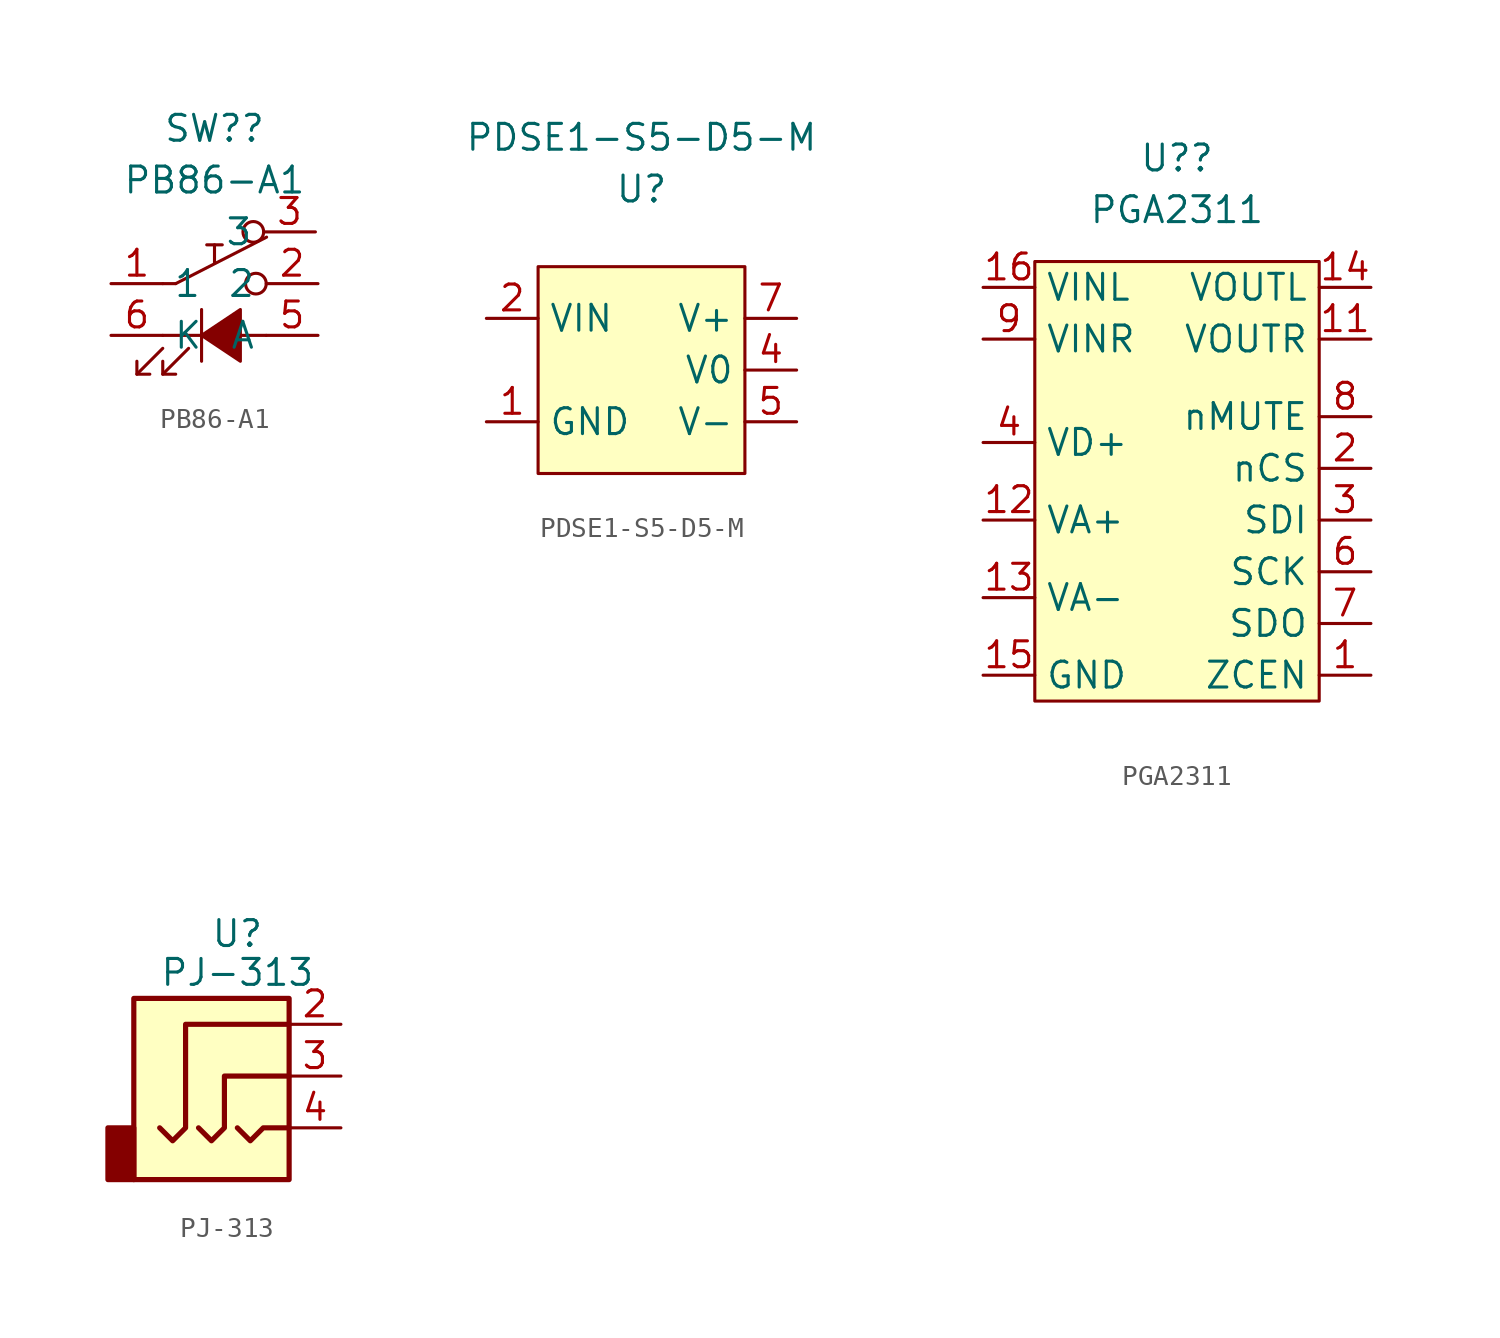
<source format=kicad_sym>
(kicad_symbol_lib
  (version 20211014)
  (generator kicad_symbol_editor)
  (symbol "PB86-A1"
    (property "Reference" "SW?"
      (at 0 8.89 0)
      (effects (font (size 1.27 1.27))))
    (property "Value" "PB86-A1"
      (at 0 6.35 0)
      (effects (font (size 1.27 1.27))))
    (symbol "PB86-A1_0_0"
      (polyline (pts (xy -3.81 -3.175) (xy -2.54 -1.905)) (stroke (width 0) (type default) (color 0 0 0 0)) (fill (type none)))
      (polyline (pts (xy -2.54 -3.175) (xy -1.27 -1.905)) (stroke (width 0) (type default) (color 0 0 0 0)) (fill (type none)))
      (polyline (pts (xy -2.54 -1.27) (xy 2.54 -1.27)) (stroke (width 0) (type default) (color 0 0 0 0)) (fill (type none)))
      (polyline (pts (xy -0.635 0) (xy -0.635 -2.54)) (stroke (width 0) (type default) (color 0 0 0 0)) (fill (type none)))
      (polyline (pts (xy -3.81 -2.54) (xy -3.81 -3.175) (xy -3.175 -3.175)) (stroke (width 0) (type default) (color 0 0 0 0)) (fill (type none)))
      (polyline (pts (xy -2.54 -2.54) (xy -2.54 -3.175) (xy -1.905 -3.175)) (stroke (width 0) (type default) (color 0 0 0 0)) (fill (type none)))
      (polyline (pts (xy -0.635 -1.27) (xy 1.27 0) (xy 1.27 -2.54) (xy -0.635 -1.27)) (stroke (width 0) (type default) (color 0 0 0 0)) (fill (type outline))))
    (symbol "PB86-A1_0_1"
      (polyline (pts (xy -1.905 1.27) (xy -2.54 1.27)) (stroke (width 0) (type default) (color 0 0 0 0)) (fill (type none)))
      (polyline (pts (xy -1.905 1.27) (xy 2.557 3.553)) (stroke (width 0) (type default) (color 0 0 0 0)) (fill (type none)))
      (polyline (pts (xy 0 2.286) (xy 0 3.175)) (stroke (width 0) (type default) (color 0 0 0 0)) (fill (type none)))
      (polyline (pts (xy 0.381 3.175) (xy -0.381 3.175)) (stroke (width 0) (type default) (color 0 0 0 0)) (fill (type none)))
      (circle (center 1.905 3.81) (radius 0.508) (stroke (width 0) (type default) (color 0 0 0 0)) (fill (type none)))
      (circle (center 2.032 1.27) (radius 0.508) (stroke (width 0) (type default) (color 0 0 0 0)) (fill (type none)))
      (pin passive line (at -5.08 1.27 0) (length 2.54) (name "1" (effects (font (size 1.27 1.27)))) (number "1" (effects (font (size 1.27 1.27)))))
      (pin passive line (at 5.08 1.27 180) (length 2.54) (name "2" (effects (font (size 1.27 1.27)))) (number "2" (effects (font (size 1.27 1.27)))))
      (pin passive line (at 4.953 3.81 180) (length 2.54) (name "3" (effects (font (size 1.27 1.27)))) (number "3" (effects (font (size 1.27 1.27)))))
      (pin passive line (at 2.54 0 180) (length 2.54) hide (name "" (effects (font (size 1.27 1.27)))) (number "4" (effects (font (size 1.27 1.27)))))
      (pin passive line (at 5.08 -1.27 180) (length 2.54) (name "A" (effects (font (size 1.27 1.27)))) (number "5" (effects (font (size 1.27 1.27)))))
      (pin passive line (at -5.08 -1.27 0) (length 2.54) (name "K" (effects (font (size 1.27 1.27)))) (number "6" (effects (font (size 1.27 1.27)))))
      (pin passive line (at -2.54 0 0) (length 2.54) hide (name "" (effects (font (size 1.27 1.27)))) (number "7" (effects (font (size 1.27 1.27)))))))
  (symbol "PDSE1-S5-D5-M"
    (property "Reference" "U"
      (at 0 8.89 0)
      (effects (font (size 1.27 1.27))))
    (property "Value" "PDSE1-S5-D5-M"
      (at 0 11.43 0)
      (effects (font (size 1.27 1.27))))
    (symbol "PDSE1-S5-D5-M_0_1"
      (rectangle (start -5.08 5.08) (end 5.08 -5.08) (stroke (width 0) (type default) (color 0 0 0 0)) (fill (type background))))
    (symbol "PDSE1-S5-D5-M_1_1"
      (pin input line (at -7.62 -2.54 0) (length 2.54) (name "GND" (effects (font (size 1.27 1.27)))) (number "1" (effects (font (size 1.27 1.27)))))
      (pin input line (at -7.62 0 0) (length 2.54) hide (name "NC" (effects (font (size 1.27 1.27)))) (number "10" (effects (font (size 1.27 1.27)))))
      (pin input line (at -7.62 2.54 0) (length 2.54) (name "VIN" (effects (font (size 1.27 1.27)))) (number "2" (effects (font (size 1.27 1.27)))))
      (pin input line (at 7.62 0 180) (length 2.54) (name "V0" (effects (font (size 1.27 1.27)))) (number "4" (effects (font (size 1.27 1.27)))))
      (pin input line (at 7.62 -2.54 180) (length 2.54) (name "V-" (effects (font (size 1.27 1.27)))) (number "5" (effects (font (size 1.27 1.27)))))
      (pin input line (at 7.62 2.54 180) (length 2.54) (name "V+" (effects (font (size 1.27 1.27)))) (number "7" (effects (font (size 1.27 1.27)))))))
  (symbol "PGA2311"
    (property "Reference" "U?"
      (at -0.635 13.97 0)
      (effects (font (size 1.27 1.27))))
    (property "Value" "PGA2311"
      (at -0.635 11.43 0)
      (effects (font (size 1.27 1.27))))
    (symbol "PGA2311_0_1"
      (rectangle (start -7.62 8.89) (end 6.35 -12.7) (stroke (width 0) (type default) (color 0 0 0 0)) (fill (type background))))
    (symbol "PGA2311_1_1"
      (pin input line (at 8.89 -11.43 180) (length 2.54) (name "ZCEN" (effects (font (size 1.27 1.27)))) (number "1" (effects (font (size 1.27 1.27)))))
      (pin input line (at -10.16 -11.43 0) (length 2.54) hide (name "GND" (effects (font (size 1.27 1.27)))) (number "10" (effects (font (size 1.27 1.27)))))
      (pin input line (at 8.89 5.08 180) (length 2.54) (name "VOUTR" (effects (font (size 1.27 1.27)))) (number "11" (effects (font (size 1.27 1.27)))))
      (pin input line (at -10.16 -3.81 0) (length 2.54) (name "VA+" (effects (font (size 1.27 1.27)))) (number "12" (effects (font (size 1.27 1.27)))))
      (pin input line (at -10.16 -7.62 0) (length 2.54) (name "VA-" (effects (font (size 1.27 1.27)))) (number "13" (effects (font (size 1.27 1.27)))))
      (pin input line (at 8.89 7.62 180) (length 2.54) (name "VOUTL" (effects (font (size 1.27 1.27)))) (number "14" (effects (font (size 1.27 1.27)))))
      (pin input line (at -10.16 -11.43 0) (length 2.54) (name "GND" (effects (font (size 1.27 1.27)))) (number "15" (effects (font (size 1.27 1.27)))))
      (pin input line (at -10.16 7.62 0) (length 2.54) (name "VINL" (effects (font (size 1.27 1.27)))) (number "16" (effects (font (size 1.27 1.27)))))
      (pin input line (at 8.89 -1.27 180) (length 2.54) (name "nCS" (effects (font (size 1.27 1.27)))) (number "2" (effects (font (size 1.27 1.27)))))
      (pin input line (at 8.89 -3.81 180) (length 2.54) (name "SDI" (effects (font (size 1.27 1.27)))) (number "3" (effects (font (size 1.27 1.27)))))
      (pin input line (at -10.16 0 0) (length 2.54) (name "VD+" (effects (font (size 1.27 1.27)))) (number "4" (effects (font (size 1.27 1.27)))))
      (pin input line (at -10.16 -11.43 0) (length 2.54) hide (name "GND" (effects (font (size 1.27 1.27)))) (number "5" (effects (font (size 1.27 1.27)))))
      (pin input line (at 8.89 -6.35 180) (length 2.54) (name "SCK" (effects (font (size 1.27 1.27)))) (number "6" (effects (font (size 1.27 1.27)))))
      (pin input line (at 8.89 -8.89 180) (length 2.54) (name "SDO" (effects (font (size 1.27 1.27)))) (number "7" (effects (font (size 1.27 1.27)))))
      (pin input line (at 8.89 1.27 180) (length 2.54) (name "nMUTE" (effects (font (size 1.27 1.27)))) (number "8" (effects (font (size 1.27 1.27)))))
      (pin input line (at -10.16 5.08 0) (length 2.54) (name "VINR" (effects (font (size 1.27 1.27)))) (number "9" (effects (font (size 1.27 1.27)))))))
  (symbol "PJ-313"
    (pin_names
      (offset 1.016))
    (property "Reference" "U"
      (at 0 6.985 0)
      (effects (font (size 1.27 1.27))))
    (property "Value" "PJ-313"
      (at 0 5.08 0)
      (effects (font (size 1.27 1.27))))
    (symbol "PJ-313_1_1"
      (rectangle (start -5.08 -5.08) (end -6.35 -2.54) (stroke (width 0.254) (type default) (color 0 0 0 0)) (fill (type outline)))
      (polyline (pts (xy 0 -2.54) (xy 0.635 -3.175) (xy 1.27 -2.54) (xy 2.54 -2.54)) (stroke (width 0.254) (type default) (color 0 0 0 0)) (fill (type none)))
      (polyline (pts (xy -1.905 -2.54) (xy -1.27 -3.175) (xy -0.635 -2.54) (xy -0.635 0) (xy 2.54 0)) (stroke (width 0.254) (type default) (color 0 0 0 0)) (fill (type none)))
      (polyline (pts (xy 2.54 2.54) (xy -2.54 2.54) (xy -2.54 -2.54) (xy -3.175 -3.175) (xy -3.81 -2.54)) (stroke (width 0.254) (type default) (color 0 0 0 0)) (fill (type none)))
      (rectangle (start 2.54 3.81) (end -5.08 -5.08) (stroke (width 0.254) (type default) (color 0 0 0 0)) (fill (type background)))
      (pin passive line (at 5.08 2.54 180) (length 2.54) (name "~" (effects (font (size 1.27 1.27)))) (number "2" (effects (font (size 1.27 1.27)))))
      (pin passive line (at 5.08 0 180) (length 2.54) (name "~" (effects (font (size 1.27 1.27)))) (number "3" (effects (font (size 1.27 1.27)))))
      (pin passive line (at 5.08 -2.54 180) (length 2.54) (name "~" (effects (font (size 1.27 1.27)))) (number "4" (effects (font (size 1.27 1.27))))))))
</source>
